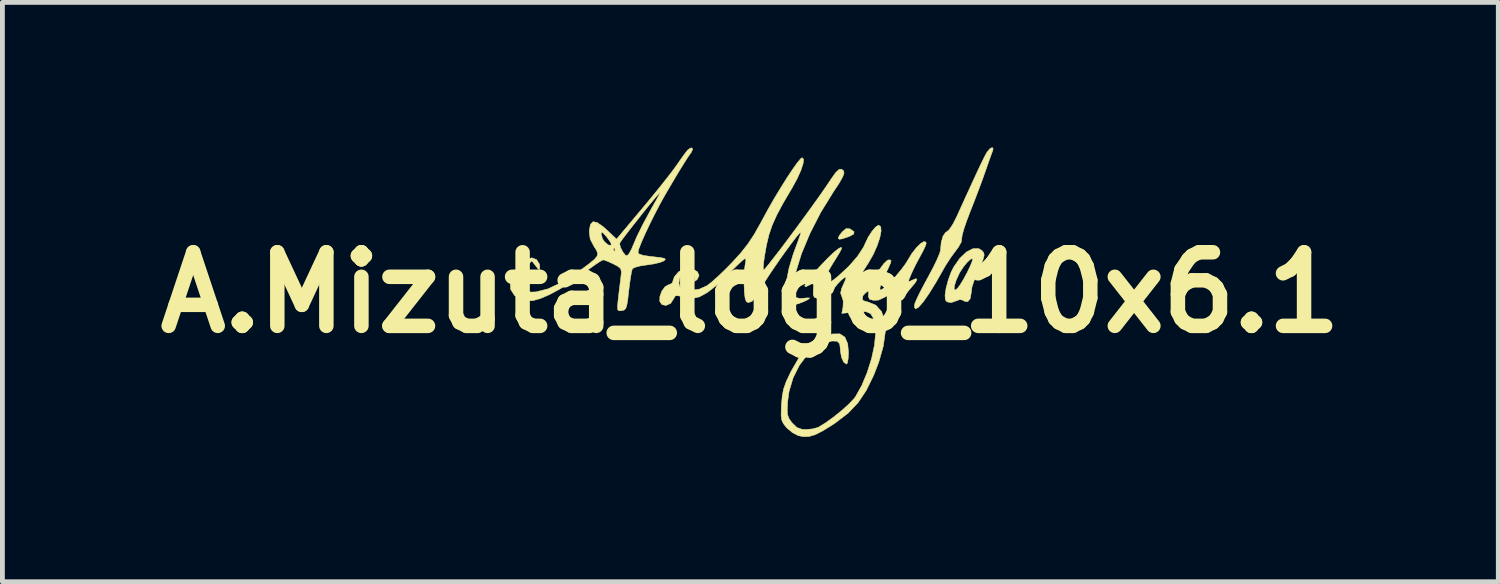
<source format=kicad_pcb>
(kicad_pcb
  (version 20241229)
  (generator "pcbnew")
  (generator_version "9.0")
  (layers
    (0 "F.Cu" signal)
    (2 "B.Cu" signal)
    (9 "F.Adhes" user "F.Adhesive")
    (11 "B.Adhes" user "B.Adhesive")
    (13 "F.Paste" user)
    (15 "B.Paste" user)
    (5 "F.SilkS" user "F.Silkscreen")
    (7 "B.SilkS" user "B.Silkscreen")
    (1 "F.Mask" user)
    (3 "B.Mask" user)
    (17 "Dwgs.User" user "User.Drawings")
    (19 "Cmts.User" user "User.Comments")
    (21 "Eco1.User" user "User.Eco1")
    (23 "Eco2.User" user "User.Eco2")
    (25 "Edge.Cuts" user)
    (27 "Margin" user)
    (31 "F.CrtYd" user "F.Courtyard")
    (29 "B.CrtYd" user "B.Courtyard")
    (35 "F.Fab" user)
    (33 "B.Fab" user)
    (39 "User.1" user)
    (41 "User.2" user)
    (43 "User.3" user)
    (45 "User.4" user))
  (footprint "A.Mizuta_logo_10x6.1"
    (layer "F.Cu")
    (at 12.49 3.009)
    (property "Reference" "A.Mizuta_logo_10x6.1" (at 0 0 0) (layer "F.SilkS") (effects (font (size 1.524 1.524) (thickness 0.3))))
    (attr through_hole)
    (fp_poly (pts (xy 2.053 -1.322) (xy 2.076 -1.311) (xy 2.147 -1.259) (xy 2.14 -1.212) (xy 2.052 -1.164) (xy 2.018 -1.152) (xy 1.899 -1.112) (xy 1.839 -1.104) (xy 1.821 -1.127) (xy 1.82 -1.135) (xy 1.847 -1.188) (xy 1.907 -1.262) (xy 1.983 -1.325) (xy 2.053 -1.322)) (stroke (width 0.01) (type solid)) (fill yes) (layer "F.SilkS"))
    (fp_poly (pts (xy 4.797 -0.869) (xy 4.834 -0.822) (xy 4.841 -0.768) (xy 4.816 -0.679) (xy 4.781 -0.587) (xy 4.72 -0.439) (xy 4.66 -0.304) (xy 4.635 -0.252) (xy 4.59 -0.12) (xy 4.572 0.015) (xy 4.552 0.128) (xy 4.501 0.188) (xy 4.434 0.18) (xy 4.412 0.162) (xy 4.34 0.143) (xy 4.283 0.165) (xy 4.158 0.208) (xy 4.069 0.191) (xy 4.038 0.15) (xy 4.031 0.055) (xy 4.05 -0.072) (xy 4.22 -0.072) (xy 4.242 -0.05) (xy 4.293 -0.092) (xy 4.343 -0.159) (xy 4.419 -0.284) (xy 4.493 -0.422) (xy 4.555 -0.552) (xy 4.595 -0.653) (xy 4.603 -0.703) (xy 4.602 -0.703) (xy 4.561 -0.693) (xy 4.492 -0.63) (xy 4.413 -0.534) (xy 4.342 -0.426) (xy 4.33 -0.405) (xy 4.263 -0.259) (xy 4.227 -0.145) (xy 4.22 -0.072) (xy 4.05 -0.072) (xy 4.053 -0.09) (xy 4.097 -0.257) (xy 4.156 -0.419) (xy 4.21 -0.528) (xy 4.34 -0.713) (xy 4.477 -0.842) (xy 4.611 -0.91) (xy 4.729 -0.911) (xy 4.797 -0.869)) (stroke (width 0.01) (type solid)) (fill yes) (layer "F.SilkS"))
    (fp_poly (pts (xy 5.028 -2.974) (xy 5.016 -2.932) (xy 4.988 -2.858) (xy 4.942 -2.729) (xy 4.886 -2.568) (xy 4.868 -2.517) (xy 4.804 -2.336) (xy 4.719 -2.108) (xy 4.626 -1.865) (xy 4.552 -1.678) (xy 4.479 -1.484) (xy 4.421 -1.315) (xy 4.386 -1.187) (xy 4.377 -1.119) (xy 4.378 -1.116) (xy 4.367 -1.045) (xy 4.305 -0.936) (xy 4.259 -0.875) (xy 4.151 -0.728) (xy 4.041 -0.559) (xy 4 -0.487) (xy 3.841 -0.207) (xy 3.699 0.022) (xy 3.579 0.194) (xy 3.484 0.302) (xy 3.421 0.339) (xy 3.397 0.304) (xy 3.404 0.233) (xy 3.435 0.155) (xy 3.498 0.023) (xy 3.585 -0.146) (xy 3.684 -0.328) (xy 3.782 -0.512) (xy 3.862 -0.676) (xy 3.916 -0.802) (xy 3.937 -0.873) (xy 3.937 -0.873) (xy 3.952 -1.04) (xy 3.991 -1.173) (xy 4.047 -1.25) (xy 4.066 -1.258) (xy 4.119 -1.305) (xy 4.191 -1.412) (xy 4.268 -1.561) (xy 4.277 -1.581) (xy 4.447 -1.955) (xy 4.586 -2.258) (xy 4.696 -2.496) (xy 4.781 -2.676) (xy 4.843 -2.803) (xy 4.886 -2.884) (xy 4.902 -2.91) (xy 4.962 -2.982) (xy 5.011 -3.004) (xy 5.028 -2.974)) (stroke (width 0.01) (type solid)) (fill yes) (layer "F.SilkS"))
    (fp_poly (pts (xy 1.102 -2.76) (xy 1.091 -2.667) (xy 1.045 -2.528) (xy 0.967 -2.356) (xy 0.862 -2.163) (xy 0.842 -2.131) (xy 0.675 -1.846) (xy 0.548 -1.609) (xy 0.454 -1.401) (xy 0.385 -1.199) (xy 0.333 -0.984) (xy 0.29 -0.733) (xy 0.278 -0.646) (xy 0.267 -0.536) (xy 0.268 -0.472) (xy 0.273 -0.466) (xy 0.307 -0.498) (xy 0.383 -0.59) (xy 0.492 -0.729) (xy 0.628 -0.905) (xy 0.781 -1.109) (xy 0.944 -1.328) (xy 1.11 -1.554) (xy 1.271 -1.776) (xy 1.419 -1.982) (xy 1.545 -2.163) (xy 1.643 -2.308) (xy 1.667 -2.344) (xy 1.766 -2.484) (xy 1.839 -2.551) (xy 1.883 -2.556) (xy 1.928 -2.526) (xy 1.94 -2.477) (xy 1.912 -2.396) (xy 1.842 -2.272) (xy 1.725 -2.094) (xy 1.715 -2.079) (xy 1.458 -1.663) (xy 1.236 -1.23) (xy 1.057 -0.801) (xy 0.933 -0.398) (xy 0.912 -0.303) (xy 0.879 -0.104) (xy 0.885 0.027) (xy 0.931 0.099) (xy 1.023 0.122) (xy 1.083 0.119) (xy 1.179 0.11) (xy 1.227 0.112) (xy 1.228 0.113) (xy 1.192 0.145) (xy 1.107 0.187) (xy 1.004 0.227) (xy 0.915 0.252) (xy 0.89 0.254) (xy 0.803 0.217) (xy 0.752 0.113) (xy 0.734 -0.05) (xy 0.751 -0.261) (xy 0.802 -0.512) (xy 0.886 -0.792) (xy 0.935 -0.926) (xy 0.99 -1.074) (xy 1.03 -1.188) (xy 1.047 -1.249) (xy 1.047 -1.253) (xy 1.016 -1.229) (xy 0.948 -1.148) (xy 0.853 -1.024) (xy 0.739 -0.869) (xy 0.617 -0.698) (xy 0.497 -0.524) (xy 0.387 -0.361) (xy 0.298 -0.222) (xy 0.239 -0.121) (xy 0.237 -0.116) (xy 0.128 0.074) (xy 0.034 0.182) (xy -0.044 0.209) (xy -0.085 0.185) (xy -0.109 0.12) (xy -0.124 -0.006) (xy -0.131 -0.169) (xy -0.129 -0.345) (xy -0.118 -0.512) (xy -0.104 -0.61) (xy -0.094 -0.67) (xy -0.098 -0.701) (xy -0.125 -0.696) (xy -0.183 -0.65) (xy -0.281 -0.557) (xy -0.428 -0.411) (xy -0.471 -0.368) (xy -0.699 -0.152) (xy -0.89 -0.002) (xy -1.056 0.089) (xy -1.209 0.124) (xy -1.361 0.11) (xy -1.488 0.066) (xy -1.554 0.067) (xy -1.587 0.124) (xy -1.651 0.224) (xy -1.748 0.267) (xy -1.832 0.248) (xy -1.877 0.182) (xy -1.874 0.08) (xy -1.834 -0.03) (xy -1.767 -0.121) (xy -1.684 -0.168) (xy -1.666 -0.169) (xy -1.614 -0.203) (xy -1.609 -0.227) (xy -1.574 -0.327) (xy -1.49 -0.426) (xy -1.387 -0.494) (xy -1.328 -0.508) (xy -1.189 -0.487) (xy -1.097 -0.431) (xy -1.063 -0.356) (xy -1.099 -0.275) (xy -1.119 -0.257) (xy -1.161 -0.232) (xy -1.161 -0.275) (xy -1.156 -0.293) (xy -1.168 -0.374) (xy -1.234 -0.424) (xy -1.326 -0.431) (xy -1.408 -0.391) (xy -1.463 -0.304) (xy -1.48 -0.197) (xy -1.457 -0.106) (xy -1.415 -0.068) (xy -1.247 -0.042) (xy -1.058 -0.071) (xy -0.899 -0.142) (xy -0.807 -0.213) (xy -0.676 -0.329) (xy -0.524 -0.475) (xy -0.381 -0.62) (xy -0.199 -0.82) (xy -0.054 -1.004) (xy 0.077 -1.201) (xy 0.213 -1.442) (xy 0.244 -1.5) (xy 0.365 -1.722) (xy 0.496 -1.951) (xy 0.631 -2.174) (xy 0.76 -2.38) (xy 0.877 -2.556) (xy 0.974 -2.692) (xy 1.043 -2.774) (xy 1.072 -2.794) (xy 1.102 -2.76)) (stroke (width 0.01) (type solid)) (fill yes) (layer "F.SilkS"))
    (fp_poly (pts (xy -1.194 -2.974) (xy -1.222 -2.907) (xy -1.226 -2.902) (xy -1.285 -2.819) (xy -1.38 -2.671) (xy -1.504 -2.469) (xy -1.651 -2.221) (xy -1.774 -2.011) (xy -1.876 -1.827) (xy -1.983 -1.622) (xy -2.088 -1.411) (xy -2.182 -1.211) (xy -2.259 -1.037) (xy -2.31 -0.906) (xy -2.328 -0.834) (xy -2.303 -0.798) (xy -2.218 -0.77) (xy -2.063 -0.747) (xy -2.022 -0.743) (xy -1.867 -0.725) (xy -1.784 -0.709) (xy -1.761 -0.689) (xy -1.786 -0.66) (xy -1.79 -0.657) (xy -1.871 -0.624) (xy -2.005 -0.593) (xy -2.139 -0.573) (xy -2.284 -0.551) (xy -2.395 -0.521) (xy -2.443 -0.494) (xy -2.461 -0.432) (xy -2.483 -0.308) (xy -2.506 -0.142) (xy -2.518 -0.042) (xy -2.539 0.145) (xy -2.559 0.263) (xy -2.582 0.33) (xy -2.615 0.362) (xy -2.662 0.374) (xy -2.663 0.374) (xy -2.719 0.378) (xy -2.746 0.357) (xy -2.751 0.291) (xy -2.74 0.163) (xy -2.737 0.141) (xy -2.717 -0.039) (xy -2.694 -0.222) (xy -2.684 -0.303) (xy -2.671 -0.425) (xy -2.686 -0.494) (xy -2.745 -0.544) (xy -2.83 -0.589) (xy -2.943 -0.642) (xy -3.028 -0.674) (xy -3.048 -0.677) (xy -3.099 -0.653) (xy -3.2 -0.587) (xy -3.337 -0.49) (xy -3.463 -0.396) (xy -3.698 -0.228) (xy -3.936 -0.079) (xy -4.16 0.042) (xy -4.356 0.126) (xy -4.506 0.167) (xy -4.54 0.169) (xy -4.742 0.14) (xy -4.885 0.059) (xy -4.965 -0.066) (xy -4.973 -0.225) (xy -4.929 -0.36) (xy -4.85 -0.482) (xy -4.74 -0.597) (xy -4.625 -0.683) (xy -4.528 -0.72) (xy -4.524 -0.72) (xy -4.428 -0.682) (xy -4.369 -0.59) (xy -4.361 -0.531) (xy -4.366 -0.478) (xy -4.391 -0.485) (xy -4.443 -0.55) (xy -4.525 -0.656) (xy -4.652 -0.534) (xy -4.772 -0.382) (xy -4.816 -0.242) (xy -4.789 -0.125) (xy -4.695 -0.044) (xy -4.54 -0.01) (xy -4.438 -0.014) (xy -4.191 -0.077) (xy -3.905 -0.212) (xy -3.584 -0.416) (xy -3.508 -0.471) (xy -3.339 -0.597) (xy -3.23 -0.687) (xy -3.174 -0.755) (xy -3.163 -0.815) (xy -3.189 -0.881) (xy -3.195 -0.889) (xy -2.836 -0.889) (xy -2.821 -0.854) (xy -2.808 -0.861) (xy -2.803 -0.911) (xy -2.808 -0.917) (xy -2.833 -0.911) (xy -2.836 -0.889) (xy -3.195 -0.889) (xy -3.239 -0.957) (xy -3.317 -1.106) (xy -3.331 -1.21) (xy -3.09 -1.21) (xy -3.063 -1.115) (xy -3.02 -1.051) (xy -2.946 -0.988) (xy -2.894 -0.976) (xy -2.88 -1.005) (xy -2.886 -1.017) (xy -2.709 -1.017) (xy -2.689 -0.932) (xy -2.641 -0.84) (xy -2.587 -0.774) (xy -2.56 -0.762) (xy -2.518 -0.798) (xy -2.465 -0.891) (xy -2.435 -0.963) (xy -2.349 -1.164) (xy -2.217 -1.43) (xy -2.041 -1.755) (xy -1.956 -1.905) (xy -1.9 -2.007) (xy -1.87 -2.067) (xy -1.871 -2.074) (xy -1.923 -2.018) (xy -2.011 -1.914) (xy -2.124 -1.777) (xy -2.251 -1.619) (xy -2.38 -1.455) (xy -2.502 -1.3) (xy -2.605 -1.166) (xy -2.678 -1.068) (xy -2.709 -1.019) (xy -2.709 -1.017) (xy -2.886 -1.017) (xy -2.906 -1.056) (xy -2.967 -1.141) (xy -2.986 -1.164) (xy -3.053 -1.239) (xy -3.083 -1.251) (xy -3.09 -1.21) (xy -3.331 -1.21) (xy -3.337 -1.254) (xy -3.336 -1.289) (xy -3.311 -1.414) (xy -3.258 -1.468) (xy -3.172 -1.45) (xy -3.046 -1.362) (xy -2.974 -1.297) (xy -2.771 -1.107) (xy -2.232 -1.75) (xy -2.052 -1.967) (xy -1.878 -2.181) (xy -1.723 -2.377) (xy -1.599 -2.538) (xy -1.521 -2.646) (xy -1.427 -2.781) (xy -1.345 -2.894) (xy -1.291 -2.96) (xy -1.29 -2.961) (xy -1.224 -2.999) (xy -1.194 -2.974)) (stroke (width 0.01) (type solid)) (fill yes) (layer "F.SilkS"))
    (fp_poly (pts (xy 2.7 -1.363) (xy 2.707 -1.27) (xy 2.68 -1.134) (xy 2.625 -0.97) (xy 2.546 -0.792) (xy 2.446 -0.616) (xy 2.418 -0.573) (xy 2.345 -0.459) (xy 2.297 -0.371) (xy 2.286 -0.34) (xy 2.323 -0.317) (xy 2.414 -0.309) (xy 2.43 -0.31) (xy 2.528 -0.328) (xy 2.604 -0.383) (xy 2.686 -0.495) (xy 2.688 -0.497) (xy 2.765 -0.601) (xy 2.834 -0.666) (xy 2.861 -0.677) (xy 2.899 -0.675) (xy 2.914 -0.657) (xy 2.902 -0.609) (xy 2.86 -0.514) (xy 2.786 -0.362) (xy 2.724 -0.224) (xy 2.687 -0.115) (xy 2.682 -0.057) (xy 2.684 -0.054) (xy 2.727 -0.066) (xy 2.807 -0.13) (xy 2.91 -0.231) (xy 3.023 -0.353) (xy 3.13 -0.482) (xy 3.219 -0.603) (xy 3.259 -0.669) (xy 3.345 -0.81) (xy 3.438 -0.929) (xy 3.525 -1.015) (xy 3.594 -1.057) (xy 3.635 -1.045) (xy 3.641 -1.015) (xy 3.621 -0.958) (xy 3.571 -0.853) (xy 3.516 -0.751) (xy 3.433 -0.597) (xy 3.358 -0.444) (xy 3.324 -0.368) (xy 3.283 -0.267) (xy 3.279 -0.229) (xy 3.314 -0.238) (xy 3.346 -0.255) (xy 3.43 -0.289) (xy 3.451 -0.268) (xy 3.41 -0.198) (xy 3.346 -0.123) (xy 3.269 -0.031) (xy 3.223 0.034) (xy 3.217 0.049) (xy 3.191 0.099) (xy 3.151 0.145) (xy 3.068 0.181) (xy 2.981 0.16) (xy 2.926 0.094) (xy 2.921 0.061) (xy 2.907 0.028) (xy 2.856 0.048) (xy 2.8 0.087) (xy 2.656 0.155) (xy 2.557 0.162) (xy 2.469 0.14) (xy 2.443 0.085) (xy 2.446 0.046) (xy 2.449 -0.025) (xy 2.425 -0.026) (xy 2.371 0.02) (xy 2.3 0.1) (xy 2.304 0.15) (xy 2.387 0.184) (xy 2.431 0.193) (xy 2.599 0.262) (xy 2.716 0.393) (xy 2.781 0.582) (xy 2.793 0.823) (xy 2.752 1.112) (xy 2.658 1.442) (xy 2.554 1.711) (xy 2.4 2.026) (xy 2.23 2.28) (xy 2.025 2.496) (xy 1.765 2.695) (xy 1.717 2.728) (xy 1.507 2.859) (xy 1.345 2.942) (xy 1.213 2.981) (xy 1.093 2.984) (xy 0.988 2.961) (xy 0.872 2.901) (xy 0.758 2.805) (xy 0.739 2.785) (xy 0.682 2.71) (xy 0.65 2.64) (xy 0.637 2.549) (xy 0.639 2.411) (xy 0.644 2.317) (xy 0.66 2.141) (xy 0.688 1.996) (xy 0.739 1.851) (xy 0.823 1.672) (xy 0.845 1.628) (xy 1.003 1.355) (xy 1.169 1.152) (xy 1.357 1.003) (xy 1.5 0.927) (xy 1.702 0.857) (xy 1.853 0.855) (xy 1.957 0.923) (xy 2.016 1.062) (xy 2.032 1.242) (xy 2.025 1.371) (xy 2.009 1.459) (xy 1.991 1.482) (xy 1.934 1.443) (xy 1.888 1.345) (xy 1.864 1.212) (xy 1.863 1.171) (xy 1.849 1.061) (xy 1.797 1.007) (xy 1.695 1.003) (xy 1.568 1.03) (xy 1.365 1.125) (xy 1.177 1.29) (xy 1.013 1.509) (xy 0.884 1.768) (xy 0.8 2.051) (xy 0.772 2.257) (xy 0.764 2.42) (xy 0.77 2.527) (xy 0.796 2.603) (xy 0.847 2.677) (xy 0.867 2.7) (xy 0.963 2.794) (xy 1.066 2.831) (xy 1.15 2.836) (xy 1.284 2.824) (xy 1.397 2.794) (xy 1.41 2.788) (xy 1.557 2.698) (xy 1.726 2.576) (xy 1.896 2.439) (xy 2.045 2.304) (xy 2.152 2.19) (xy 2.175 2.159) (xy 2.306 1.926) (xy 2.419 1.655) (xy 2.509 1.37) (xy 2.569 1.093) (xy 2.594 0.846) (xy 2.583 0.68) (xy 2.545 0.527) (xy 2.489 0.436) (xy 2.395 0.396) (xy 2.246 0.395) (xy 2.166 0.402) (xy 1.893 0.431) (xy 1.919 0.299) (xy 1.923 0.171) (xy 1.895 0.085) (xy 1.869 0.013) (xy 1.886 -0.076) (xy 1.919 -0.151) (xy 1.963 -0.251) (xy 1.982 -0.312) (xy 1.981 -0.319) (xy 1.942 -0.307) (xy 1.874 -0.25) (xy 1.8 -0.173) (xy 1.743 -0.1) (xy 1.725 -0.053) (xy 1.703 -0.002) (xy 1.626 0.053) (xy 1.522 0.098) (xy 1.419 0.12) (xy 1.384 0.119) (xy 1.323 0.098) (xy 1.301 0.041) (xy 1.304 -0.055) (xy 1.308 -0.156) (xy 1.293 -0.19) (xy 1.246 -0.171) (xy 1.232 -0.162) (xy 1.148 -0.12) (xy 1.124 -0.135) (xy 1.156 -0.201) (xy 1.242 -0.317) (xy 1.382 -0.479) (xy 1.445 -0.548) (xy 1.605 -0.715) (xy 1.735 -0.838) (xy 1.829 -0.913) (xy 1.882 -0.938) (xy 1.888 -0.908) (xy 1.842 -0.82) (xy 1.835 -0.809) (xy 1.677 -0.553) (xy 1.568 -0.361) (xy 1.506 -0.229) (xy 1.49 -0.152) (xy 1.518 -0.127) (xy 1.519 -0.127) (xy 1.57 -0.152) (xy 1.666 -0.22) (xy 1.789 -0.316) (xy 1.82 -0.342) (xy 2.037 -0.542) (xy 2.216 -0.747) (xy 2.342 -0.938) (xy 2.377 -1.016) (xy 2.438 -1.143) (xy 2.515 -1.264) (xy 2.592 -1.356) (xy 2.653 -1.396) (xy 2.656 -1.397) (xy 2.7 -1.363)) (stroke (width 0.01) (type solid)) (fill yes) (layer "F.SilkS")))
  (gr_rect
    (start -3 -3)
    (end 27.979 8.998)
    (stroke (width 0.1) (type default))
    (fill no)
    (layer "Edge.Cuts")))
</source>
